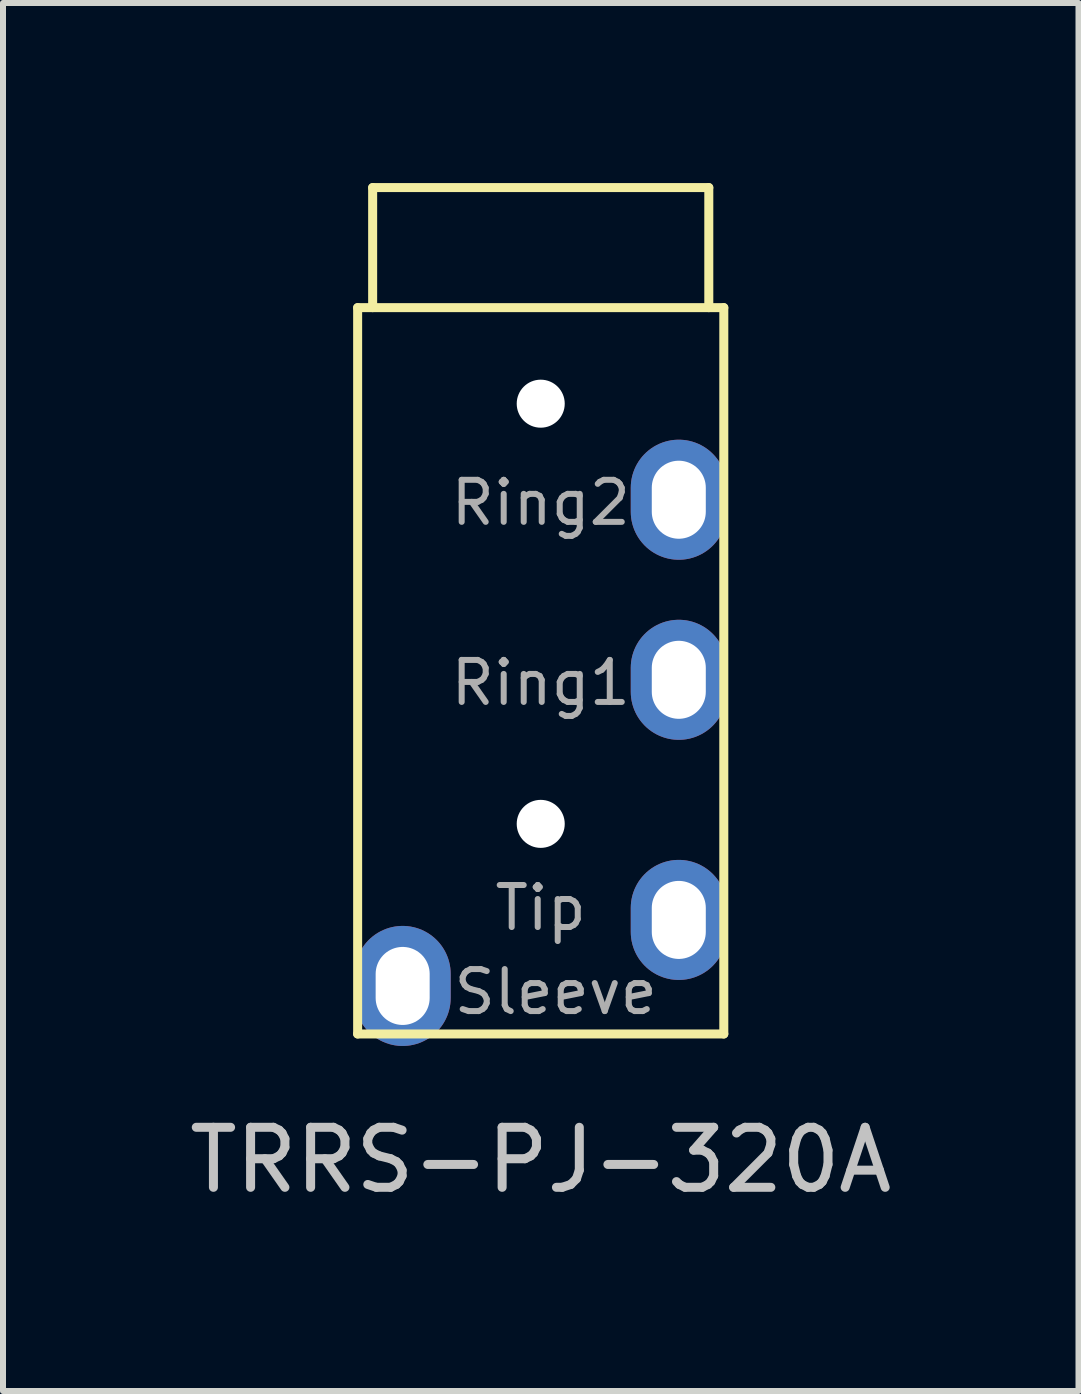
<source format=kicad_pcb>
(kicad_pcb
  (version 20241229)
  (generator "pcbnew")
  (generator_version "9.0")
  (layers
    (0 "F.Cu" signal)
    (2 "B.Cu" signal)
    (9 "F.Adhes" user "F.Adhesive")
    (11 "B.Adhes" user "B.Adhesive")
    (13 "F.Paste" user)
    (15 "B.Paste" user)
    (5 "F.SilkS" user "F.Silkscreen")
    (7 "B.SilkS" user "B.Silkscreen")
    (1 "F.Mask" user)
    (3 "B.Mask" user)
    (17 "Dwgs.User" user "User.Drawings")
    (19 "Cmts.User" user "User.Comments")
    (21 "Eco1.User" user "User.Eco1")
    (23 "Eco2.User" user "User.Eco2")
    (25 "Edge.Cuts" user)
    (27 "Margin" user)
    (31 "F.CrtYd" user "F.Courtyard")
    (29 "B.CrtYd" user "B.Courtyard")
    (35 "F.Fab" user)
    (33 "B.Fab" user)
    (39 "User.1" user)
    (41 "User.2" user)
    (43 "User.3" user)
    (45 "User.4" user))
  (footprint "TRRS-PJ-320A"
    (layer "F.Cu")
    (at 5.958 2.075)
    (property "Reference" "TRRS-PJ-320A" (at 0 14.2 0) (layer "Dwgs.User") (effects (font (size 1 1) (thickness 0.15))))
    (attr through_hole)
    (fp_line (start -3.05 0) (end -3.05 12.1) (stroke (width 0.15) (type solid)) (layer "F.SilkS"))
    (fp_line (start -2.8 0) (end -2.8 -2) (stroke (width 0.15) (type solid)) (layer "F.SilkS"))
    (fp_line (start 2.8 -2) (end -2.8 -2) (stroke (width 0.15) (type solid)) (layer "F.SilkS"))
    (fp_line (start 2.8 0) (end 2.8 -2) (stroke (width 0.15) (type solid)) (layer "F.SilkS"))
    (fp_line (start 3.05 0) (end -3.05 0) (stroke (width 0.15) (type solid)) (layer "F.SilkS"))
    (fp_line (start 3.05 0) (end 3.05 12.1) (stroke (width 0.15) (type solid)) (layer "F.SilkS"))
    (fp_line (start 3.05 12.1) (end -3.05 12.1) (stroke (width 0.15) (type solid)) (layer "F.SilkS"))
    (fp_text user "Ring1" (at 0 6.25 0) (layer "F.Fab") (effects (font (size 0.7 0.7) (thickness 0.1))))
    (fp_text user "Tip" (at 0 10 0) (layer "F.Fab") (effects (font (size 0.7 0.7) (thickness 0.1))))
    (fp_text user "Ring2" (at 0 3.25 0) (layer "F.Fab") (effects (font (size 0.7 0.7) (thickness 0.1))))
    (fp_text user "Sleeve" (at 0.25 11.4 0) (layer "F.Fab") (effects (font (size 0.7 0.7) (thickness 0.1))))
    (pad "" np_thru_hole circle (at 0 1.6) (size 0.8 0.8) (drill 0.8) (layers "*.Cu" "*.Mask"))
    (pad "" np_thru_hole circle (at 0 8.6) (size 0.8 0.8) (drill 0.8) (layers "*.Cu" "*.Mask"))
    (pad "1" thru_hole oval (at -2.3 11.3) (size 1.6 2) (drill oval 0.9 1.3) (layers "*.Cu" "*.Mask"))
    (pad "2" thru_hole oval (at 2.3 10.2) (size 1.6 2) (drill oval 0.9 1.3) (layers "*.Cu" "*.Mask"))
    (pad "3" thru_hole oval (at 2.3 6.2) (size 1.6 2) (drill oval 0.9 1.3) (layers "*.Cu" "*.Mask"))
    (pad "4" thru_hole oval (at 2.3 3.2) (size 1.6 2) (drill oval 0.9 1.3) (layers "*.Cu" "*.Mask")))
  (gr_rect
    (start -3 -3)
    (end 14.917 20.123)
    (stroke (width 0.1) (type default))
    (fill no)
    (layer "Edge.Cuts")))
</source>
